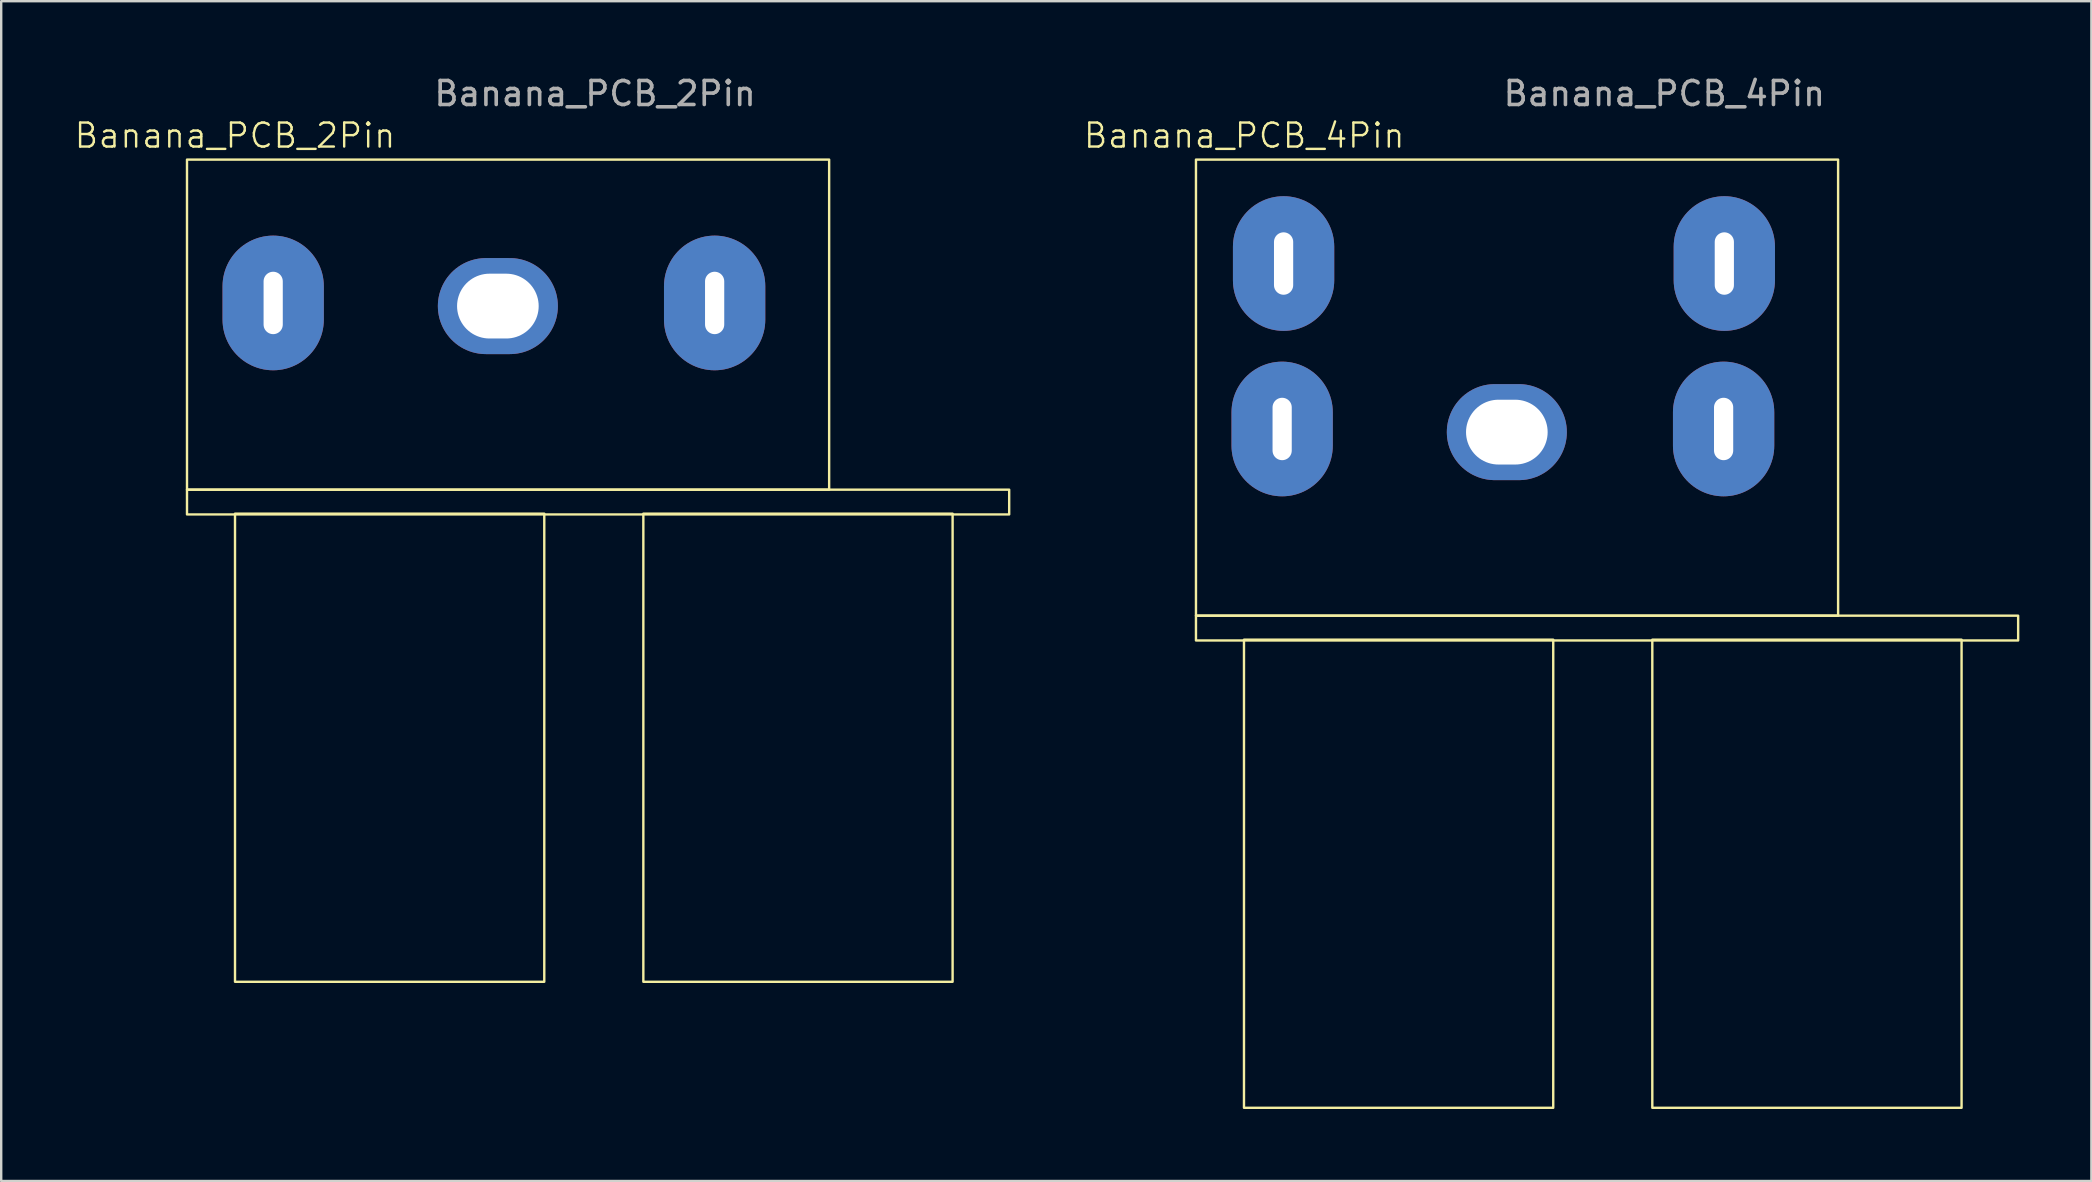
<source format=kicad_pcb>
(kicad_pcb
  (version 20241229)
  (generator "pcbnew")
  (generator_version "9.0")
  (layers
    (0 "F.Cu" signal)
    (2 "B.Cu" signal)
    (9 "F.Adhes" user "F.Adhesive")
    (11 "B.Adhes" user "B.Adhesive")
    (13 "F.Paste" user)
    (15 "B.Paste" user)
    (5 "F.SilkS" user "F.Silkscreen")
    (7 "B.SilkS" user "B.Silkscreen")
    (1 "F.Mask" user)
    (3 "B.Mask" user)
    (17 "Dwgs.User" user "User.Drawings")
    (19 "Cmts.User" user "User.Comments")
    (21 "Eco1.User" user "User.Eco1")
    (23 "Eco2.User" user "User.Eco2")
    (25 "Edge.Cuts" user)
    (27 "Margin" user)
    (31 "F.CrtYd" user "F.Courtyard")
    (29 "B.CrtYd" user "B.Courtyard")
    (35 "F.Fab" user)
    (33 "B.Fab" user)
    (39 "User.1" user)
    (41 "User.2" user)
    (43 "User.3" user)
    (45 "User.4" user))
  (footprint "Banana_PCB_4Pin"
    (layer "F.Cu")
    (at 46.781 23.598)
    (property "Reference" "Banana_PCB_4Pin" (at 2 -21 0) (unlocked yes) (layer "F.SilkS") (effects (font (size 1 1) (thickness 0.1))))
    (attr through_hole)
    (fp_rect (start 14.873 0) (end 1.99 19.5) (stroke (width 0.1) (type default)) (fill no) (layer "F.SilkS"))
    (fp_rect (start 26.74 -20) (end -0.01 -1) (stroke (width 0.1) (type default)) (fill no) (layer "F.SilkS"))
    (fp_rect (start 31.883 0) (end 19 19.5) (stroke (width 0.1) (type default)) (fill no) (layer "F.SilkS"))
    (fp_rect (start 34.24 -1) (end -0.01 0.032) (stroke (width 0.1) (type default)) (fill no) (layer "F.SilkS"))
    (fp_text user "${REFERENCE}" (at 19.5 -22.75 0) (unlocked yes) (layer "F.Fab") (effects (font (size 1 1) (thickness 0.15))))
    (pad "" thru_hole oval (at 12.94 -8.647) (size 5 4) (drill oval 3.4 2.7) (layers "*.Cu" "*.Mask"))
    (pad "1" thru_hole oval (at 21.97 -8.778) (size 4.22 5.61) (drill oval 0.8 2.6) (layers "*.Cu" "*.Mask"))
    (pad "2" thru_hole oval (at 3.58 -8.778) (size 4.22 5.61) (drill oval 0.8 2.6) (layers "*.Cu" "*.Mask"))
    (pad "3" thru_hole oval (at 3.64 -15.67) (size 4.22 5.61) (drill oval 0.8 2.6) (layers "*.Cu" "*.Mask"))
    (pad "4" thru_hole oval (at 22 -15.67) (size 4.22 5.61) (drill oval 0.8 2.6) (layers "*.Cu" "*.Mask")))
  (footprint "Banana_PCB_2Pin"
    (layer "F.Cu")
    (at 4.74 18.098)
    (property "Reference" "Banana_PCB_2Pin" (at 2 -15.5 0) (unlocked yes) (layer "F.SilkS") (effects (font (size 1 1) (thickness 0.1))))
    (attr through_hole)
    (fp_rect (start 14.883 0.25) (end 2 19.75) (stroke (width 0.1) (type default)) (fill no) (layer "F.SilkS"))
    (fp_rect (start 26.75 -14.5) (end 0 -0.75) (stroke (width 0.1) (type default)) (fill no) (layer "F.SilkS"))
    (fp_rect (start 31.893 0.25) (end 19.01 19.75) (stroke (width 0.1) (type default)) (fill no) (layer "F.SilkS"))
    (fp_rect (start 34.25 -0.75) (end 0 0.282) (stroke (width 0.1) (type default)) (fill no) (layer "F.SilkS"))
    (fp_text user "${REFERENCE}" (at 17 -17.25 0) (unlocked yes) (layer "F.Fab") (effects (font (size 1 1) (thickness 0.15))))
    (pad "" thru_hole oval (at 12.95 -8.397) (size 5 4) (drill oval 3.4 2.7) (layers "*.Cu" "*.Mask"))
    (pad "1" thru_hole oval (at 21.98 -8.528) (size 4.22 5.61) (drill oval 0.8 2.6) (layers "*.Cu" "*.Mask"))
    (pad "2" thru_hole oval (at 3.59 -8.528) (size 4.22 5.61) (drill oval 0.8 2.6) (layers "*.Cu" "*.Mask")))
  (gr_rect
    (start -3 -3)
    (end 84.071 46.148)
    (stroke (width 0.1) (type default))
    (fill no)
    (layer "Edge.Cuts")))
</source>
